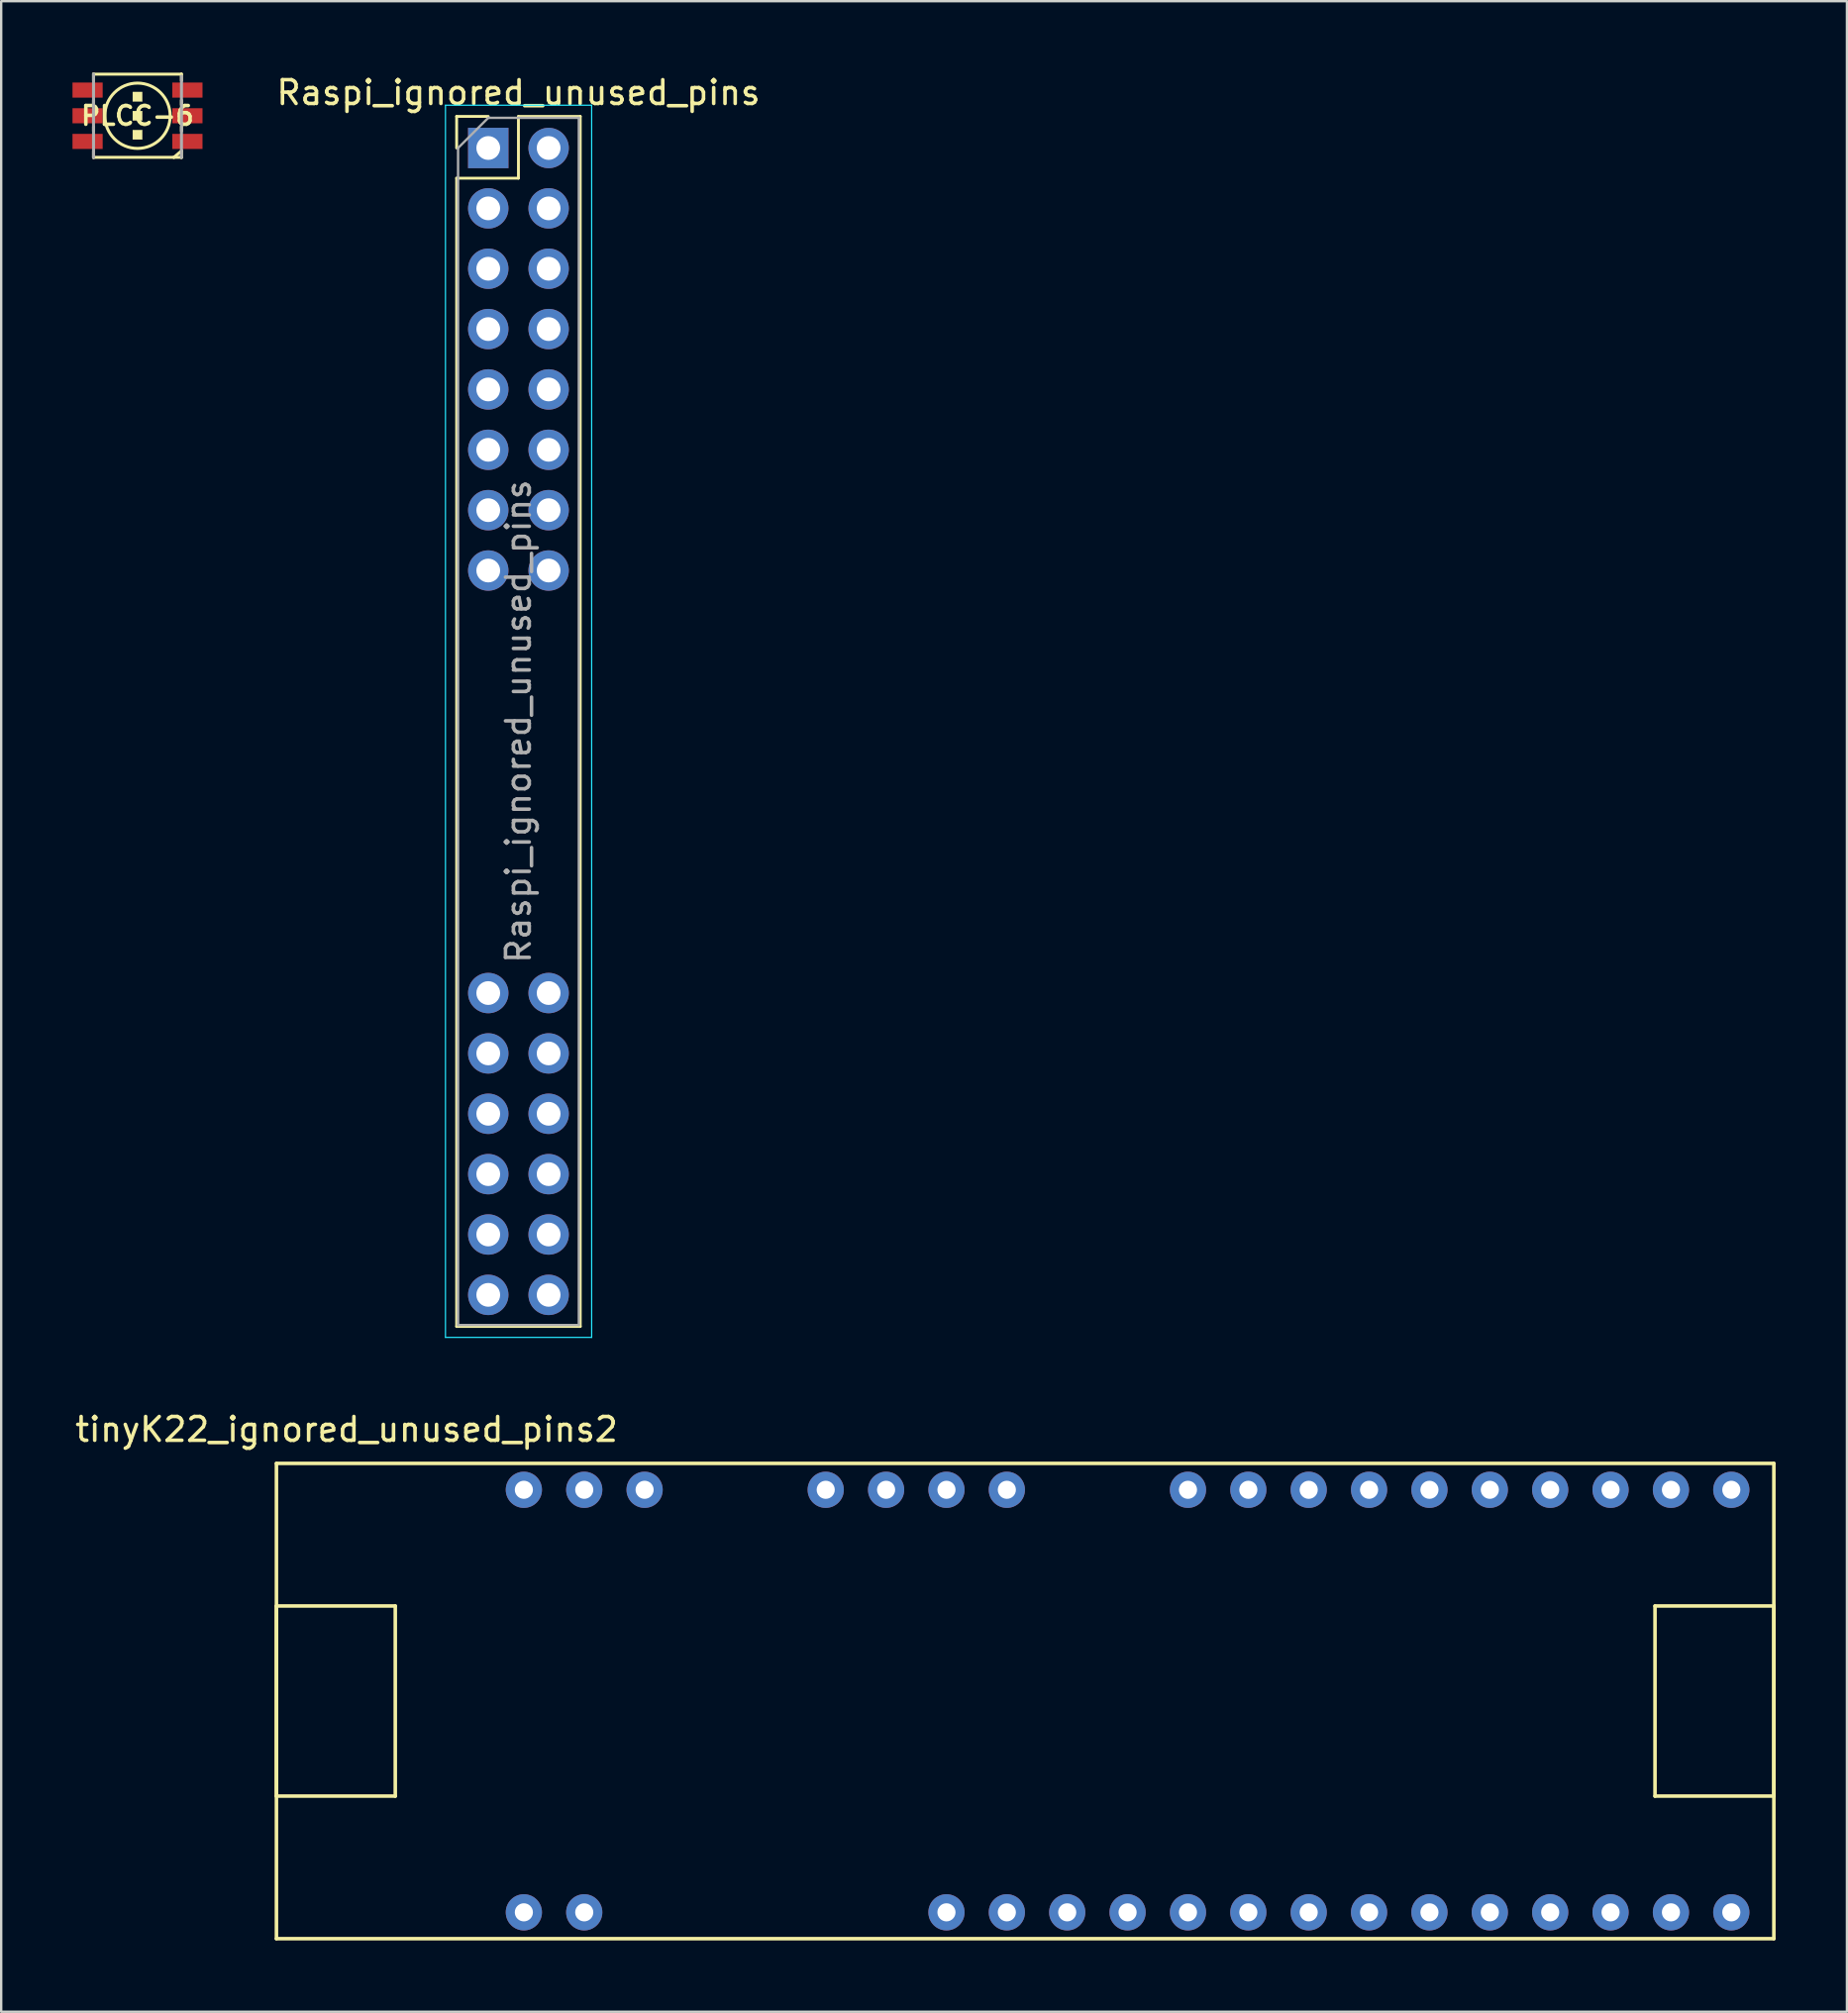
<source format=kicad_pcb>
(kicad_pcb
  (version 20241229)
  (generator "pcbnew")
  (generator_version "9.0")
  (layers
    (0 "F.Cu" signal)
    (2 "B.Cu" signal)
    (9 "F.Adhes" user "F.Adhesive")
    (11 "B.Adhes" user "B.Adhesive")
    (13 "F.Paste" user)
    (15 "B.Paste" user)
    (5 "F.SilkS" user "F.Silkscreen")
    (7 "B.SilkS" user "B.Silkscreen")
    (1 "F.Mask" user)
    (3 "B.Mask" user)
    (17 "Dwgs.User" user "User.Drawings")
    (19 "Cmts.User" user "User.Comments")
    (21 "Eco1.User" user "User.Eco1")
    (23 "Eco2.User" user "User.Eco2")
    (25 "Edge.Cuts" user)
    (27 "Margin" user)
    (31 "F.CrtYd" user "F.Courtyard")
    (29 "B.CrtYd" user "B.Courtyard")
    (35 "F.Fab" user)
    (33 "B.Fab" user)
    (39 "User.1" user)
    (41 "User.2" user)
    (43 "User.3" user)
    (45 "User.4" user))
  (footprint "Raspi_ignored_unused_pins"
    (layer "F.Cu")
    (at 17.492 3.178)
    (property "Reference" "Raspi_ignored_unused_pins" (at 1.27 -2.33 0) (layer "F.SilkS") (effects (font (size 1 1) (thickness 0.15))))
    (attr through_hole)
    (fp_line (start -1.33 -1.33) (end 0 -1.33) (stroke (width 0.12) (type solid)) (layer "F.SilkS"))
    (fp_line (start -1.33 0) (end -1.33 -1.33) (stroke (width 0.12) (type solid)) (layer "F.SilkS"))
    (fp_line (start -1.33 1.27) (end -1.33 49.59) (stroke (width 0.12) (type solid)) (layer "F.SilkS"))
    (fp_line (start -1.33 1.27) (end 1.27 1.27) (stroke (width 0.12) (type solid)) (layer "F.SilkS"))
    (fp_line (start -1.33 49.59) (end 3.87 49.59) (stroke (width 0.12) (type solid)) (layer "F.SilkS"))
    (fp_line (start 1.27 -1.33) (end 3.87 -1.33) (stroke (width 0.12) (type solid)) (layer "F.SilkS"))
    (fp_line (start 1.27 1.27) (end 1.27 -1.33) (stroke (width 0.12) (type solid)) (layer "F.SilkS"))
    (fp_line (start 3.87 -1.33) (end 3.87 49.59) (stroke (width 0.12) (type solid)) (layer "F.SilkS"))
    (fp_line (start -1.8 -1.8) (end -1.8 50.05) (stroke (width 0.05) (type solid)) (layer "B.CrtYd"))
    (fp_line (start -1.8 50.05) (end 4.35 50.05) (stroke (width 0.05) (type solid)) (layer "B.CrtYd"))
    (fp_line (start 4.35 -1.8) (end -1.8 -1.8) (stroke (width 0.05) (type solid)) (layer "B.CrtYd"))
    (fp_line (start 4.35 50.05) (end 4.35 -1.8) (stroke (width 0.05) (type solid)) (layer "B.CrtYd"))
    (fp_line (start -1.27 0) (end 0 -1.27) (stroke (width 0.1) (type solid)) (layer "F.Fab"))
    (fp_line (start -1.27 49.53) (end -1.27 0) (stroke (width 0.1) (type solid)) (layer "F.Fab"))
    (fp_line (start 0 -1.27) (end 3.81 -1.27) (stroke (width 0.1) (type solid)) (layer "F.Fab"))
    (fp_line (start 3.81 -1.27) (end 3.81 49.53) (stroke (width 0.1) (type solid)) (layer "F.Fab"))
    (fp_line (start 3.81 49.53) (end -1.27 49.53) (stroke (width 0.1) (type solid)) (layer "F.Fab"))
    (fp_text user "${REFERENCE}" (at 1.27 24.13 90) (layer "F.Fab") (effects (font (size 1 1) (thickness 0.15))))
    (pad "1" thru_hole rect (at 0 0) (size 1.7 1.7) (drill 1) (layers "*.Cu" "*.Mask"))
    (pad "2" thru_hole oval (at 2.54 0) (size 1.7 1.7) (drill 1) (layers "*.Cu" "*.Mask"))
    (pad "3" thru_hole oval (at 0 2.54) (size 1.7 1.7) (drill 1) (layers "*.Cu" "*.Mask"))
    (pad "4" thru_hole oval (at 2.54 2.54) (size 1.7 1.7) (drill 1) (layers "*.Cu" "*.Mask"))
    (pad "5" thru_hole oval (at 0 5.08) (size 1.7 1.7) (drill 1) (layers "*.Cu" "*.Mask"))
    (pad "6" thru_hole oval (at 2.54 5.08) (size 1.7 1.7) (drill 1) (layers "*.Cu" "*.Mask"))
    (pad "7" thru_hole oval (at 0 7.62) (size 1.7 1.7) (drill 1) (layers "*.Cu" "*.Mask"))
    (pad "8" thru_hole oval (at 2.54 7.62) (size 1.7 1.7) (drill 1) (layers "*.Cu" "*.Mask"))
    (pad "9" thru_hole oval (at 0 10.16) (size 1.7 1.7) (drill 1) (layers "*.Cu" "*.Mask"))
    (pad "10" thru_hole oval (at 2.54 10.16) (size 1.7 1.7) (drill 1) (layers "*.Cu" "*.Mask"))
    (pad "11" thru_hole oval (at 0 12.7) (size 1.7 1.7) (drill 1) (layers "*.Cu" "*.Mask"))
    (pad "12" thru_hole oval (at 2.54 12.7) (size 1.7 1.7) (drill 1) (layers "*.Cu" "*.Mask"))
    (pad "13" thru_hole oval (at 0 15.24) (size 1.7 1.7) (drill 1) (layers "*.Cu" "*.Mask"))
    (pad "14" thru_hole oval (at 2.54 15.24) (size 1.7 1.7) (drill 1) (layers "*.Cu" "*.Mask"))
    (pad "15" thru_hole oval (at 0 17.78) (size 1.7 1.7) (drill 1) (layers "*.Cu" "*.Mask"))
    (pad "16" thru_hole oval (at 2.54 17.78) (size 1.7 1.7) (drill 1) (layers "*.Cu" "*.Mask"))
    (pad "29" thru_hole oval (at 0 35.56) (size 1.7 1.7) (drill 1) (layers "*.Cu" "*.Mask"))
    (pad "30" thru_hole oval (at 2.54 35.56) (size 1.7 1.7) (drill 1) (layers "*.Cu" "*.Mask"))
    (pad "31" thru_hole oval (at 0 38.1) (size 1.7 1.7) (drill 1) (layers "*.Cu" "*.Mask"))
    (pad "32" thru_hole oval (at 2.54 38.1) (size 1.7 1.7) (drill 1) (layers "*.Cu" "*.Mask"))
    (pad "33" thru_hole oval (at 0 40.64) (size 1.7 1.7) (drill 1) (layers "*.Cu" "*.Mask"))
    (pad "34" thru_hole oval (at 2.54 40.64) (size 1.7 1.7) (drill 1) (layers "*.Cu" "*.Mask"))
    (pad "35" thru_hole oval (at 0 43.18) (size 1.7 1.7) (drill 1) (layers "*.Cu" "*.Mask"))
    (pad "36" thru_hole oval (at 2.54 43.18) (size 1.7 1.7) (drill 1) (layers "*.Cu" "*.Mask"))
    (pad "37" thru_hole oval (at 0 45.72) (size 1.7 1.7) (drill 1) (layers "*.Cu" "*.Mask"))
    (pad "38" thru_hole oval (at 2.54 45.72) (size 1.7 1.7) (drill 1) (layers "*.Cu" "*.Mask"))
    (pad "39" thru_hole oval (at 0 48.26) (size 1.7 1.7) (drill 1) (layers "*.Cu" "*.Mask"))
    (pad "40" thru_hole oval (at 2.54 48.26) (size 1.7 1.7) (drill 1) (layers "*.Cu" "*.Mask")))
  (footprint "tinyK22_ignored_unused_pins2"
    (layer "F.Cu")
    (at 40.58 68.531)
    (property "Reference" "tinyK22_ignored_unused_pins2" (at -29.05 -11.43 0) (layer "F.SilkS") (effects (font (size 1 1) (thickness 0.15))))
    (attr through_hole)
    (fp_line (start -32 -10) (end 31 -10) (stroke (width 0.15) (type solid)) (layer "F.SilkS"))
    (fp_line (start -32 -4) (end -27 -4) (stroke (width 0.15) (type solid)) (layer "F.SilkS"))
    (fp_line (start -32 4) (end -32 -4) (stroke (width 0.15) (type solid)) (layer "F.SilkS"))
    (fp_line (start -32 10) (end -32 -10) (stroke (width 0.15) (type solid)) (layer "F.SilkS"))
    (fp_line (start -27 -4) (end -27 4) (stroke (width 0.15) (type solid)) (layer "F.SilkS"))
    (fp_line (start -27 4) (end -32 4) (stroke (width 0.15) (type solid)) (layer "F.SilkS"))
    (fp_line (start 26 -4) (end 26 4) (stroke (width 0.15) (type solid)) (layer "F.SilkS"))
    (fp_line (start 26 4) (end 31 4) (stroke (width 0.15) (type solid)) (layer "F.SilkS"))
    (fp_line (start 31 -10) (end 31 10) (stroke (width 0.15) (type solid)) (layer "F.SilkS"))
    (fp_line (start 31 -4) (end 26 -4) (stroke (width 0.15) (type solid)) (layer "F.SilkS"))
    (fp_line (start 31 4) (end 31 -4) (stroke (width 0.15) (type solid)) (layer "F.SilkS"))
    (fp_line (start 31 10) (end -32 10) (stroke (width 0.15) (type solid)) (layer "F.SilkS"))
    (fp_circle (center -11.43 2.54) (end -13.97 2.54) (stroke (width 0.15) (type solid)) (fill no) (layer "B.Paste"))
    (pad "1" thru_hole circle (at -21.59 8.89) (size 1.524 1.524) (drill 0.762) (layers "*.Cu" "*.Mask"))
    (pad "2" thru_hole circle (at -19.05 8.89) (size 1.524 1.524) (drill 0.762) (layers "*.Cu" "*.Mask"))
    (pad "8" thru_hole circle (at -3.81 8.89) (size 1.524 1.524) (drill 0.762) (layers "*.Cu" "*.Mask"))
    (pad "9" thru_hole circle (at -1.27 8.89) (size 1.524 1.524) (drill 0.762) (layers "*.Cu" "*.Mask"))
    (pad "10" thru_hole circle (at 1.27 8.89) (size 1.524 1.524) (drill 0.762) (layers "*.Cu" "*.Mask"))
    (pad "11" thru_hole circle (at 3.81 8.89) (size 1.524 1.524) (drill 0.762) (layers "*.Cu" "*.Mask"))
    (pad "12" thru_hole circle (at 6.35 8.89) (size 1.524 1.524) (drill 0.762) (layers "*.Cu" "*.Mask"))
    (pad "13" thru_hole circle (at 8.89 8.89) (size 1.524 1.524) (drill 0.762) (layers "*.Cu" "*.Mask"))
    (pad "14" thru_hole circle (at 11.43 8.89) (size 1.524 1.524) (drill 0.762) (layers "*.Cu" "*.Mask"))
    (pad "15" thru_hole circle (at 13.97 8.89) (size 1.524 1.524) (drill 0.762) (layers "*.Cu" "*.Mask"))
    (pad "16" thru_hole circle (at 16.51 8.89) (size 1.524 1.524) (drill 0.762) (layers "*.Cu" "*.Mask"))
    (pad "17" thru_hole circle (at 19.05 8.89) (size 1.524 1.524) (drill 0.762) (layers "*.Cu" "*.Mask"))
    (pad "18" thru_hole circle (at 21.59 8.89) (size 1.524 1.524) (drill 0.762) (layers "*.Cu" "*.Mask"))
    (pad "19" thru_hole circle (at 24.13 8.89) (size 1.524 1.524) (drill 0.762) (layers "*.Cu" "*.Mask"))
    (pad "20" thru_hole circle (at 26.67 8.89) (size 1.524 1.524) (drill 0.762) (layers "*.Cu" "*.Mask"))
    (pad "21" thru_hole circle (at 29.21 8.89) (size 1.524 1.524) (drill 0.762) (layers "*.Cu" "*.Mask"))
    (pad "22" thru_hole circle (at 29.21 -8.89) (size 1.524 1.524) (drill 0.762) (layers "*.Cu" "*.Mask"))
    (pad "23" thru_hole circle (at 26.67 -8.89) (size 1.524 1.524) (drill 0.762) (layers "*.Cu" "*.Mask"))
    (pad "24" thru_hole circle (at 24.13 -8.89) (size 1.524 1.524) (drill 0.762) (layers "*.Cu" "*.Mask"))
    (pad "25" thru_hole circle (at 21.59 -8.89) (size 1.524 1.524) (drill 0.762) (layers "*.Cu" "*.Mask"))
    (pad "26" thru_hole circle (at 19.05 -8.89) (size 1.524 1.524) (drill 0.762) (layers "*.Cu" "*.Mask"))
    (pad "27" thru_hole circle (at 16.51 -8.89) (size 1.524 1.524) (drill 0.762) (layers "*.Cu" "*.Mask"))
    (pad "28" thru_hole circle (at 13.97 -8.89) (size 1.524 1.524) (drill 0.762) (layers "*.Cu" "*.Mask"))
    (pad "29" thru_hole circle (at 11.43 -8.89) (size 1.524 1.524) (drill 0.762) (layers "*.Cu" "*.Mask"))
    (pad "30" thru_hole circle (at 8.89 -8.89) (size 1.524 1.524) (drill 0.762) (layers "*.Cu" "*.Mask"))
    (pad "31" thru_hole circle (at 6.35 -8.89) (size 1.524 1.524) (drill 0.762) (layers "*.Cu" "*.Mask"))
    (pad "34" thru_hole circle (at -1.27 -8.89) (size 1.524 1.524) (drill 0.762) (layers "*.Cu" "*.Mask"))
    (pad "35" thru_hole circle (at -3.81 -8.89) (size 1.524 1.524) (drill 0.762) (layers "*.Cu" "*.Mask"))
    (pad "36" thru_hole circle (at -6.35 -8.89) (size 1.524 1.524) (drill 0.762) (layers "*.Cu" "*.Mask"))
    (pad "37" thru_hole circle (at -8.89 -8.89) (size 1.524 1.524) (drill 0.762) (layers "*.Cu" "*.Mask"))
    (pad "40" thru_hole circle (at -16.51 -8.89) (size 1.524 1.524) (drill 0.762) (layers "*.Cu" "*.Mask"))
    (pad "41" thru_hole circle (at -19.05 -8.89) (size 1.524 1.524) (drill 0.762) (layers "*.Cu" "*.Mask"))
    (pad "42" thru_hole circle (at -21.59 -8.89) (size 1.524 1.524) (drill 0.762) (layers "*.Cu" "*.Mask")))
  (footprint "PLCC-6"
    (layer "F.Cu")
    (at 2.735 1.821)
    (property "Reference" "PLCC-6" (at 0 0 0) (layer "F.SilkS") (effects (font (size 0.787 0.787) (thickness 0.15))))
    (attr through_hole)
    (fp_line (start -1.85 -1.758) (end -1.85 -1.48) (stroke (width 0.127) (type solid)) (layer "F.SilkS"))
    (fp_line (start -1.85 -1.75) (end 1.85 -1.75) (stroke (width 0.127) (type solid)) (layer "F.SilkS"))
    (fp_line (start -1.85 -0.647) (end -1.85 -0.463) (stroke (width 0.127) (type solid)) (layer "F.SilkS"))
    (fp_line (start -1.85 0.463) (end -1.85 0.647) (stroke (width 0.127) (type solid)) (layer "F.SilkS"))
    (fp_line (start -1.85 1.48) (end -1.85 1.758) (stroke (width 0.127) (type solid)) (layer "F.SilkS"))
    (fp_line (start -1.85 1.75) (end 1.53 1.75) (stroke (width 0.127) (type solid)) (layer "F.SilkS"))
    (fp_line (start 1.53 1.75) (end 1.85 1.48) (stroke (width 0.127) (type solid)) (layer "F.SilkS"))
    (fp_line (start 1.53 1.75) (end 1.85 1.75) (stroke (width 0.127) (type solid)) (layer "F.SilkS"))
    (fp_line (start 1.85 -1.758) (end 1.85 -1.48) (stroke (width 0.127) (type solid)) (layer "F.SilkS"))
    (fp_line (start 1.85 -0.647) (end 1.85 -0.463) (stroke (width 0.127) (type solid)) (layer "F.SilkS"))
    (fp_line (start 1.85 0.463) (end 1.85 0.647) (stroke (width 0.127) (type solid)) (layer "F.SilkS"))
    (fp_line (start 1.85 1.758) (end 1.85 1.48) (stroke (width 0.127) (type solid)) (layer "F.SilkS"))
    (fp_circle (center 0 0) (end 1.374 0) (stroke (width 0.127) (type solid)) (fill no) (layer "F.SilkS"))
    (fp_poly (pts (xy -0.2 -1) (xy 0.2 -1) (xy 0.2 -0.6) (xy -0.2 -0.6)) (stroke (width 0.01) (type solid)) (fill yes) (layer "F.SilkS"))
    (fp_poly (pts (xy -0.2 -0.2) (xy 0.2 -0.2) (xy 0.2 0.2) (xy -0.2 0.2)) (stroke (width 0.01) (type solid)) (fill yes) (layer "F.SilkS"))
    (fp_poly (pts (xy -0.2 0.6) (xy 0.2 0.6) (xy 0.2 1) (xy -0.2 1)) (stroke (width 0.01) (type solid)) (fill yes) (layer "F.SilkS"))
    (fp_line (start -1.85 1.758) (end -1.85 -1.758) (stroke (width 0.127) (type solid)) (layer "F.Fab"))
    (fp_line (start 1.85 -1.665) (end 1.85 1.758) (stroke (width 0.127) (type solid)) (layer "F.Fab"))
    (pad "1" smd rect (at -2.1 -1.08) (size 1.27 0.635) (layers "F.Cu" "F.Mask" "F.Paste"))
    (pad "2" smd rect (at 2.1 -1.08) (size 1.27 0.635) (layers "F.Cu" "F.Mask" "F.Paste"))
    (pad "3" smd rect (at -2.1 0) (size 1.27 0.635) (layers "F.Cu" "F.Mask" "F.Paste"))
    (pad "4" smd rect (at 2.1 0) (size 1.27 0.635) (layers "F.Cu" "F.Mask" "F.Paste"))
    (pad "5" smd rect (at -2.1 1.08) (size 1.27 0.635) (layers "F.Cu" "F.Mask" "F.Paste"))
    (pad "6" smd rect (at 2.1 1.08) (size 1.27 0.635) (layers "F.Cu" "F.Mask" "F.Paste")))
  (gr_rect
    (start -3 -3)
    (end 74.655 81.606)
    (stroke (width 0.1) (type default))
    (fill no)
    (layer "Edge.Cuts")))
</source>
